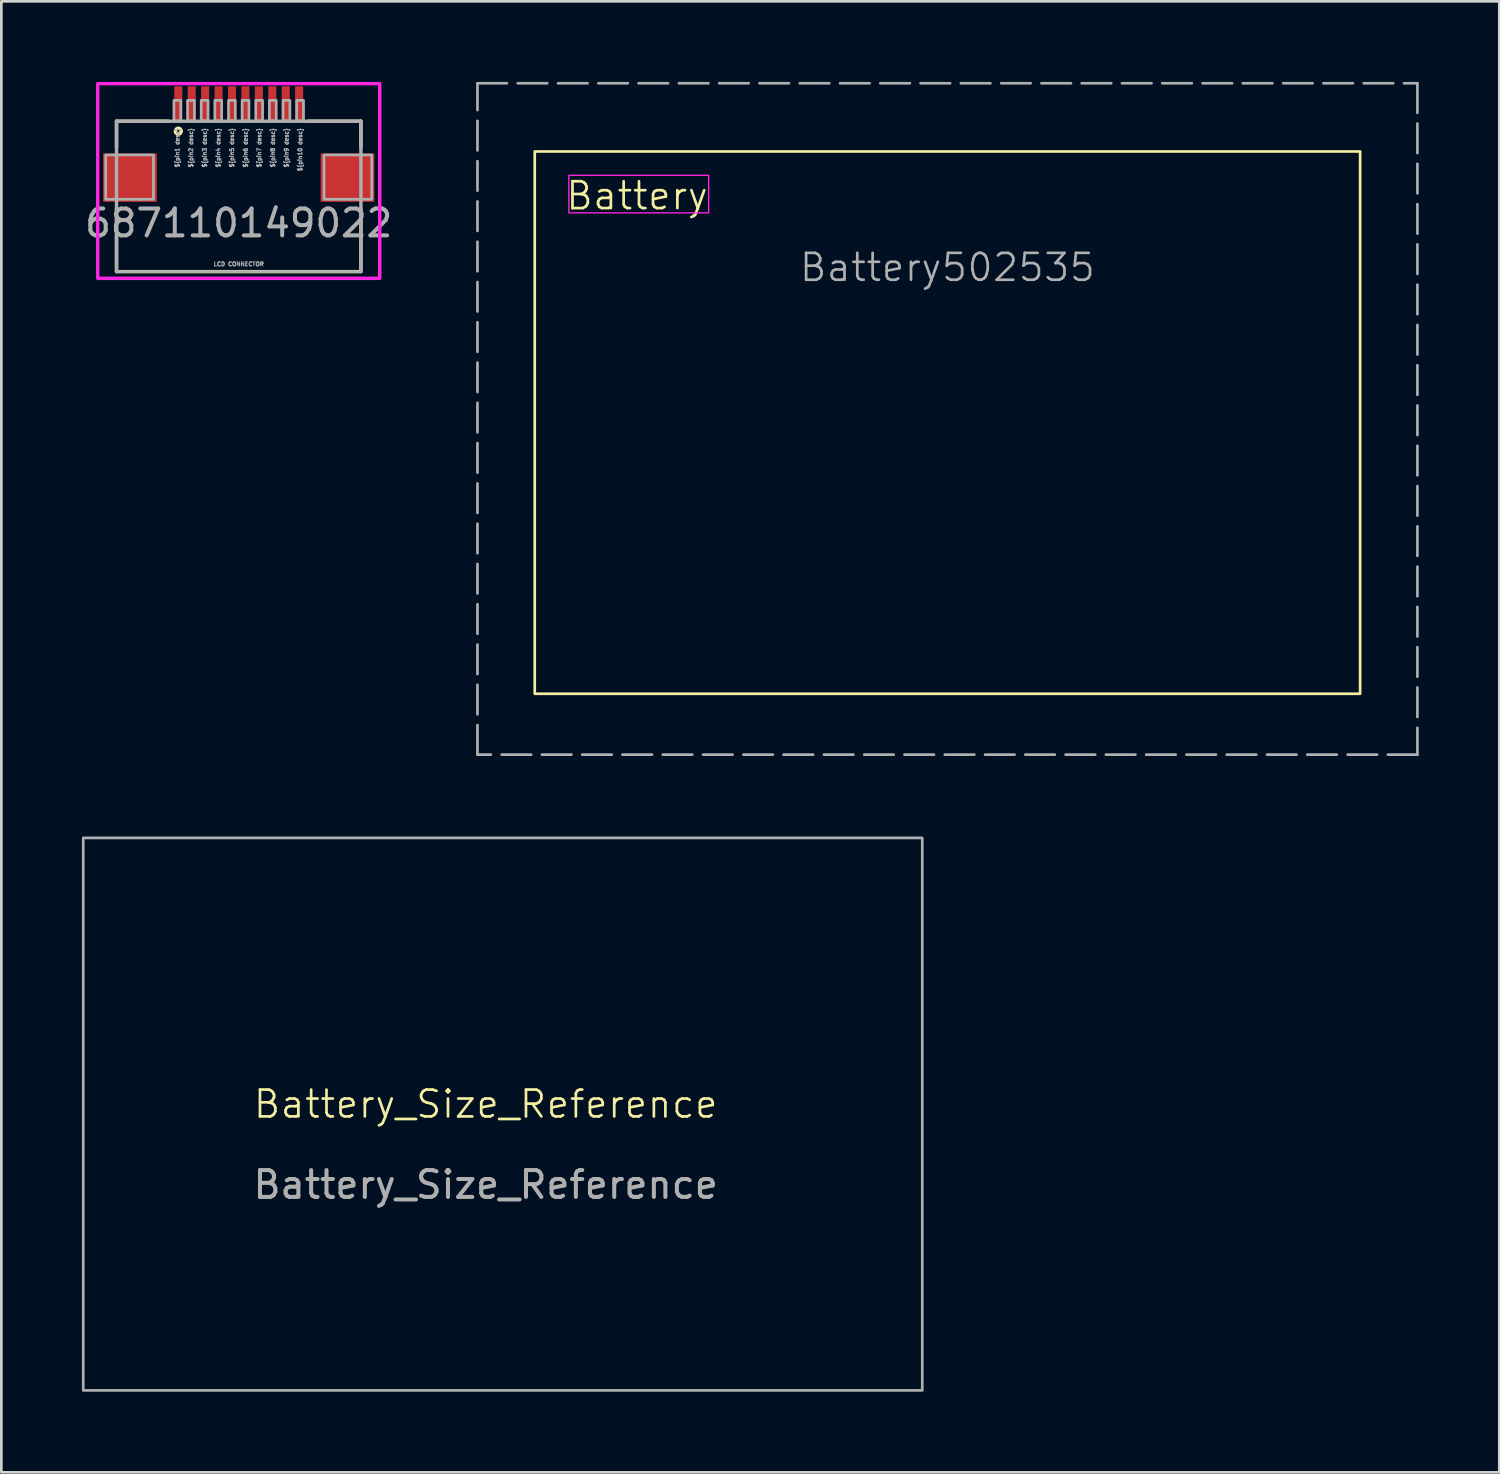
<source format=kicad_pcb>
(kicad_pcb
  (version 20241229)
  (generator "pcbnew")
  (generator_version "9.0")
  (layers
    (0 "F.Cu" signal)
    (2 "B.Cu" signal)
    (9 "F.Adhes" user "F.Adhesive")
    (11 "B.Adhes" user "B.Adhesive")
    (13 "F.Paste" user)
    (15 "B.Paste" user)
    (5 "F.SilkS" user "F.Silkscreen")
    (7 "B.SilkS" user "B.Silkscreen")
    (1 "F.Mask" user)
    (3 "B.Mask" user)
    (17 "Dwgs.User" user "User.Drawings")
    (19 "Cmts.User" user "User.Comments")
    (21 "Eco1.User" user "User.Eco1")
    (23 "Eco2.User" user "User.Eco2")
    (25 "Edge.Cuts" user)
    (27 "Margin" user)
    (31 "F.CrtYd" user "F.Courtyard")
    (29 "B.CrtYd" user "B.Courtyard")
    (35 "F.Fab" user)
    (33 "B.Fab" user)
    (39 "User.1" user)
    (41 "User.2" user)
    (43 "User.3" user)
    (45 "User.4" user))
  (footprint "Battery_Size_Reference"
    (layer "F.Cu")
    (at 15.036 38.564)
    (property "Reference" "Battery_Size_Reference" (at 0 -0.5 0) (unlocked yes) (layer "F.SilkS") (effects (font (size 1 1) (thickness 0.1))))
    (attr smd)
    (fp_rect (start -14.986 10.16) (end 16.256 -10.414) (stroke (width 0.1) (type default)) (fill no) (layer "F.Fab"))
    (fp_text user "${REFERENCE}" (at 0 2.5 0) (unlocked yes) (layer "F.Fab") (effects (font (size 1 1) (thickness 0.15)))))
  (footprint "687110149022"
    (layer "F.Cu")
    (at 5.839 0.814)
    (property "Reference" "687110149022" (at 0 4.445 0) (layer "F.Fab") (effects (font (size 1 1) (thickness 0.15))))
    (attr smd)
    (fp_line (start -4.55 0.65) (end -4.55 1.63) (stroke (width 0.127) (type solid)) (layer "F.SilkS"))
    (fp_line (start -4.55 3.91) (end -4.55 6.24) (stroke (width 0.127) (type solid)) (layer "F.SilkS"))
    (fp_line (start -2.62 0.65) (end -4.55 0.65) (stroke (width 0.127) (type solid)) (layer "F.SilkS"))
    (fp_line (start 2.59 0.65) (end 4.55 0.65) (stroke (width 0.127) (type solid)) (layer "F.SilkS"))
    (fp_line (start 4.55 0.65) (end 4.55 1.62) (stroke (width 0.127) (type solid)) (layer "F.SilkS"))
    (fp_line (start 4.55 3.94) (end 4.55 6.24) (stroke (width 0.127) (type solid)) (layer "F.SilkS"))
    (fp_line (start 4.55 6.25) (end -4.55 6.25) (stroke (width 0.127) (type solid)) (layer "F.SilkS"))
    (fp_circle (center -2.25 1.02) (end -2.14 1.02) (stroke (width 0.127) (type solid)) (fill no) (layer "F.SilkS"))
    (fp_poly (pts (xy -5.25 -0.75) (xy 5.25 -0.75) (xy 5.25 6.5) (xy -5.25 6.5)) (stroke (width 0.127) (type solid)) (fill no) (layer "F.CrtYd"))
    (fp_line (start -4.55 0.65) (end 4.55 0.65) (stroke (width 0.127) (type solid)) (layer "F.Fab"))
    (fp_line (start -4.55 6.25) (end -4.55 0.65) (stroke (width 0.127) (type solid)) (layer "F.Fab"))
    (fp_line (start -4.55 6.25) (end 4.55 6.25) (stroke (width 0.1) (type default)) (layer "F.Fab"))
    (fp_line (start 4.55 0.65) (end 4.55 6.25) (stroke (width 0.127) (type solid)) (layer "F.Fab"))
    (fp_rect (start -3.175 1.905) (end -4.953 3.556) (stroke (width 0.1) (type default)) (fill no) (layer "F.Fab"))
    (fp_rect (start -2.413 -0.127) (end -2.159 0.635) (stroke (width 0.1) (type solid)) (fill no) (layer "F.Fab"))
    (fp_rect (start -1.905 -0.127) (end -1.651 0.635) (stroke (width 0.1) (type solid)) (fill no) (layer "F.Fab"))
    (fp_rect (start -1.397 -0.127) (end -1.143 0.635) (stroke (width 0.1) (type solid)) (fill no) (layer "F.Fab"))
    (fp_rect (start -0.889 -0.127) (end -0.635 0.635) (stroke (width 0.1) (type solid)) (fill no) (layer "F.Fab"))
    (fp_rect (start -0.381 -0.127) (end -0.127 0.635) (stroke (width 0.1) (type solid)) (fill no) (layer "F.Fab"))
    (fp_rect (start 0.127 -0.127) (end 0.381 0.635) (stroke (width 0.1) (type solid)) (fill no) (layer "F.Fab"))
    (fp_rect (start 0.635 -0.127) (end 0.889 0.635) (stroke (width 0.1) (type solid)) (fill no) (layer "F.Fab"))
    (fp_rect (start 1.143 -0.127) (end 1.397 0.635) (stroke (width 0.1) (type solid)) (fill no) (layer "F.Fab"))
    (fp_rect (start 1.651 -0.127) (end 1.905 0.635) (stroke (width 0.1) (type solid)) (fill no) (layer "F.Fab"))
    (fp_rect (start 2.159 -0.127) (end 2.413 0.635) (stroke (width 0.1) (type solid)) (fill no) (layer "F.Fab"))
    (fp_rect (start 4.953 1.905) (end 3.175 3.556) (stroke (width 0.1) (type default)) (fill no) (layer "F.Fab"))
    (fp_text user "LCD CONNECTOR" (at 0 5.969 0) (unlocked yes) (layer "F.Fab") (effects (font (size 0.15 0.15) (thickness 0.037))))
    (fp_text user "${pin7 desc}" (at 0.762 0.889 270) (layer "F.Fab") (effects (font (size 0.15 0.15) (thickness 0.037)) (justify right)))
    (fp_text user "${pin10 desc}" (at 2.286 0.889 270) (layer "F.Fab") (effects (font (size 0.15 0.15) (thickness 0.037)) (justify right)))
    (fp_text user "${pin5 desc}" (at -0.254 0.889 270) (layer "F.Fab") (effects (font (size 0.15 0.15) (thickness 0.037)) (justify right)))
    (fp_text user "${pin1 desc}" (at -2.286 0.889 270) (layer "F.Fab") (effects (font (size 0.15 0.15) (thickness 0.037)) (justify right)))
    (fp_text user "${pin8 desc}" (at 1.27 0.889 270) (layer "F.Fab") (effects (font (size 0.15 0.15) (thickness 0.037)) (justify right)))
    (fp_text user "${pin9 desc}" (at 1.778 0.889 270) (layer "F.Fab") (effects (font (size 0.15 0.15) (thickness 0.037)) (justify right)))
    (fp_text user "${pin6 desc}" (at 0.254 0.889 270) (layer "F.Fab") (effects (font (size 0.15 0.15) (thickness 0.037)) (justify right)))
    (fp_text user "${pin4 desc}" (at -0.762 0.889 270) (layer "F.Fab") (effects (font (size 0.15 0.15) (thickness 0.037)) (justify right)))
    (fp_text user "${pin2 desc}" (at -1.778 0.889 270) (layer "F.Fab") (effects (font (size 0.15 0.15) (thickness 0.037)) (justify right)))
    (fp_text user "${pin3 desc}" (at -1.27 0.889 270) (layer "F.Fab") (effects (font (size 0.15 0.15) (thickness 0.037)) (justify right)))
    (pad "1" smd rect (at -2.25 0) (size 0.3 1.3) (layers "F.Cu" "F.Mask" "F.Paste"))
    (pad "2" smd rect (at -1.75 0) (size 0.3 1.3) (layers "F.Cu" "F.Mask" "F.Paste"))
    (pad "3" smd rect (at -1.25 0) (size 0.3 1.3) (layers "F.Cu" "F.Mask" "F.Paste"))
    (pad "4" smd rect (at -0.75 0) (size 0.3 1.3) (layers "F.Cu" "F.Mask" "F.Paste"))
    (pad "5" smd rect (at -0.25 0) (size 0.3 1.3) (layers "F.Cu" "F.Mask" "F.Paste"))
    (pad "6" smd rect (at 0.25 0) (size 0.3 1.3) (layers "F.Cu" "F.Mask" "F.Paste"))
    (pad "7" smd rect (at 0.75 0) (size 0.3 1.3) (layers "F.Cu" "F.Mask" "F.Paste"))
    (pad "8" smd rect (at 1.25 0) (size 0.3 1.3) (layers "F.Cu" "F.Mask" "F.Paste"))
    (pad "9" smd rect (at 1.75 0) (size 0.3 1.3) (layers "F.Cu" "F.Mask" "F.Paste"))
    (pad "10" smd rect (at 2.25 0) (size 0.3 1.3) (layers "F.Cu" "F.Mask" "F.Paste"))
    (pad "Z1" smd rect (at -4.05 2.75) (size 2 1.8) (layers "F.Cu" "F.Mask" "F.Paste"))
    (pad "Z2" smd rect (at 4.05 2.75) (size 2 1.8) (layers "F.Cu" "F.Mask" "F.Paste")))
  (footprint "Battery502535"
    (layer "F.Cu")
    (at 32.229 11.607)
    (property "Reference" "Battery502535" (at 0 -4.699 0) (unlocked yes) (layer "F.Fab") (effects (font (size 1 1) (thickness 0.1))))
    (attr smd)
    (fp_rect (start -15.367 -9.017) (end 15.367 11.176) (stroke (width 0.1) (type default)) (fill no) (layer "F.SilkS"))
    (fp_rect (start -14.097 -6.731) (end -8.89 -8.128) (stroke (width 0.05) (type default)) (fill no) (layer "F.CrtYd"))
    (fp_rect (start -17.5 -11.557) (end 17.5 13.443) (stroke (width 0.1) (type dash)) (fill no) (layer "F.Fab"))
    (fp_text user "Battery" (at -11.557 -7.366 0) (layer "F.SilkS") (effects (font (size 1 1) (thickness 0.1)))))
  (gr_rect
    (start -3 -3)
    (end 52.779 51.774)
    (stroke (width 0.1) (type default))
    (fill no)
    (layer "Edge.Cuts")))
</source>
